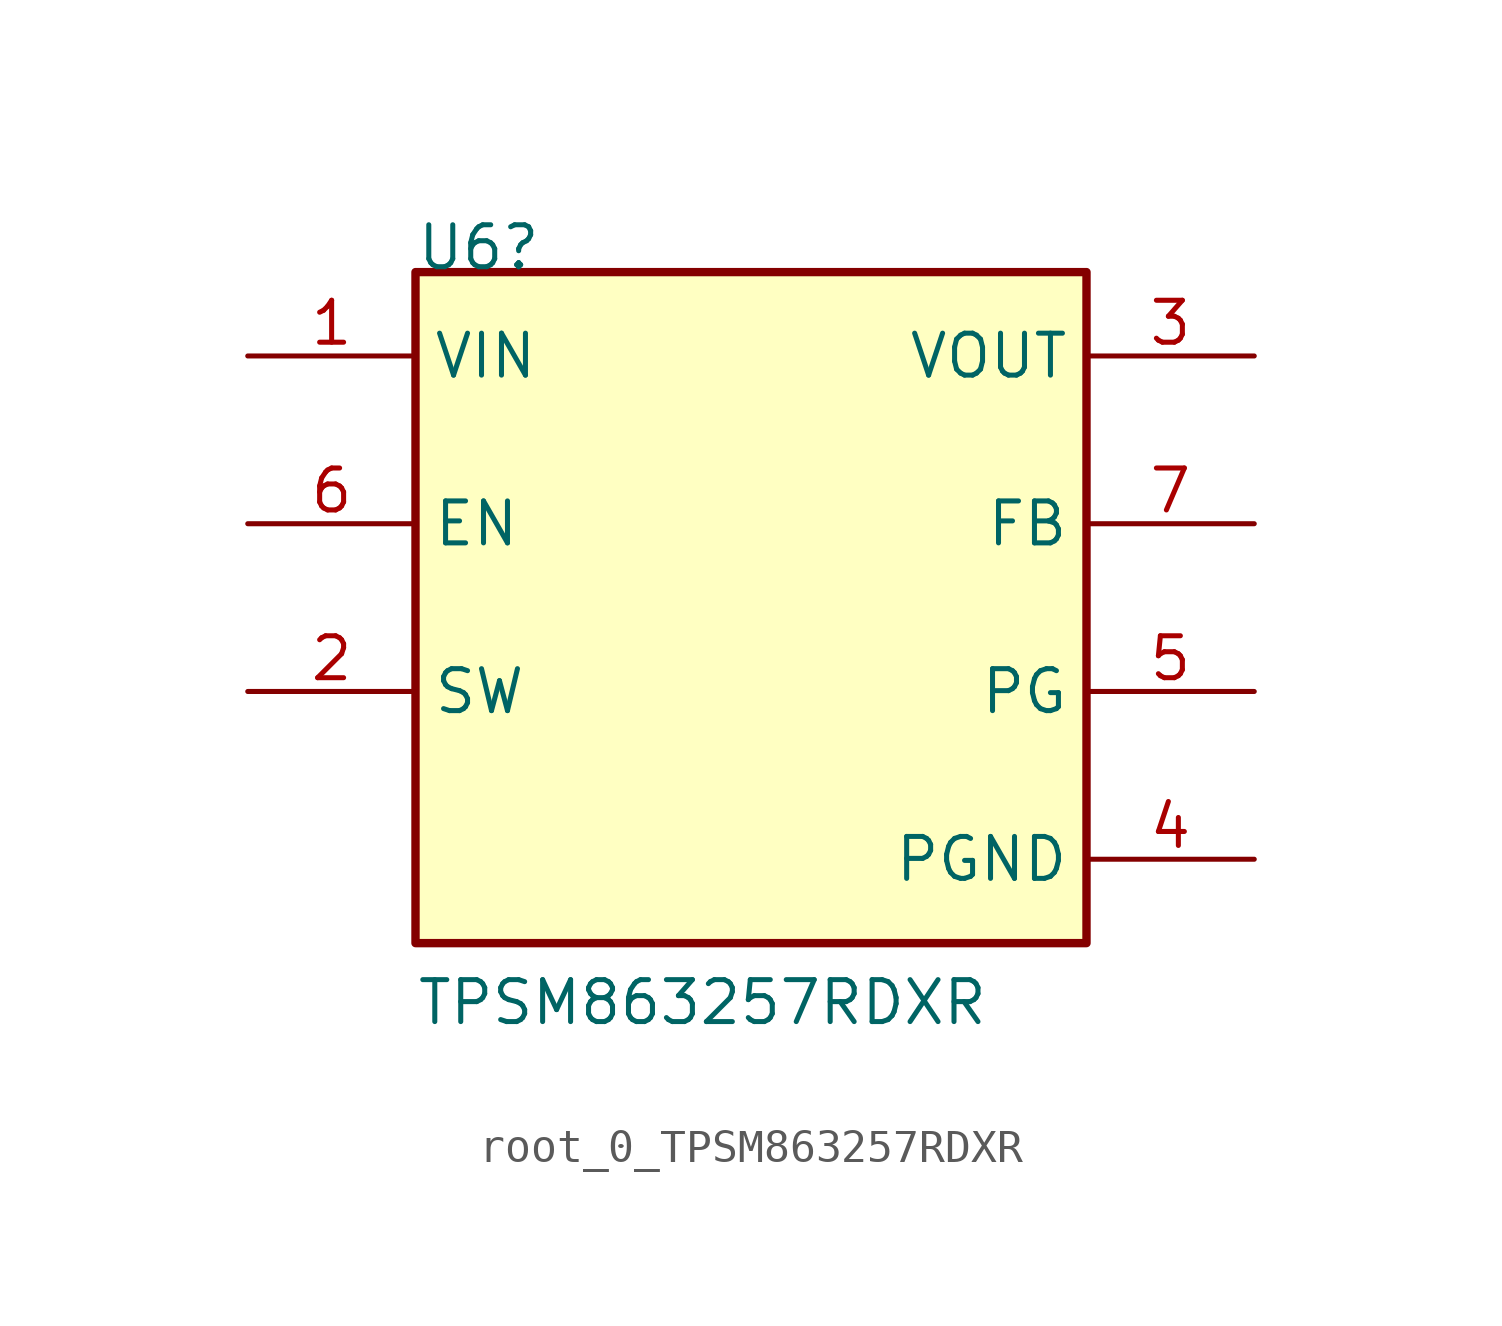
<source format=kicad_sym>
(kicad_symbol_lib
  (version 20241209)
  (generator "kicad_symbol_editor")
  (generator_version "9.0")
  (symbol "root_0_TPSM863257RDXR"
    (property "Reference" "U6"
      (at -10.16 10.16 0)
      (effects (font (size 1.27 1.27)) (justify left bottom)))
    (property "Value" "TPSM863257RDXR"
      (at -10.16 -12.7 0)
      (effects (font (size 1.27 1.27)) (justify left bottom)))
    (property "Description" ""
      (at 0 0 0)
      (effects (font (size 1.27 1.27))))
    (symbol "root_0_TPSM863257RDXR_1_0"
      (rectangle (start 10.16 10.16) (end -10.16 -10.16) (stroke (width 0.254) (type solid)) (fill (type background)))
      (pin input line (at -15.24 7.62 0) (length 5.08) (name "VIN" (effects (font (size 1.27 1.27)))) (number "1" (effects (font (size 1.27 1.27)))))
      (pin input line (at -15.24 2.54 0) (length 5.08) (name "EN" (effects (font (size 1.27 1.27)))) (number "6" (effects (font (size 1.27 1.27)))))
      (pin passive line (at -15.24 -2.54 0) (length 5.08) (name "SW" (effects (font (size 1.27 1.27)))) (number "2" (effects (font (size 1.27 1.27)))))
      (pin output line (at 15.24 7.62 180) (length 5.08) (name "VOUT" (effects (font (size 1.27 1.27)))) (number "3" (effects (font (size 1.27 1.27)))))
      (pin input line (at 15.24 2.54 180) (length 5.08) (name "FB" (effects (font (size 1.27 1.27)))) (number "7" (effects (font (size 1.27 1.27)))))
      (pin open_collector line (at 15.24 -2.54 180) (length 5.08) (name "PG" (effects (font (size 1.27 1.27)))) (number "5" (effects (font (size 1.27 1.27)))))
      (pin power_in line (at 15.24 -7.62 180) (length 5.08) (name "PGND" (effects (font (size 1.27 1.27)))) (number "4" (effects (font (size 1.27 1.27))))))))
</source>
